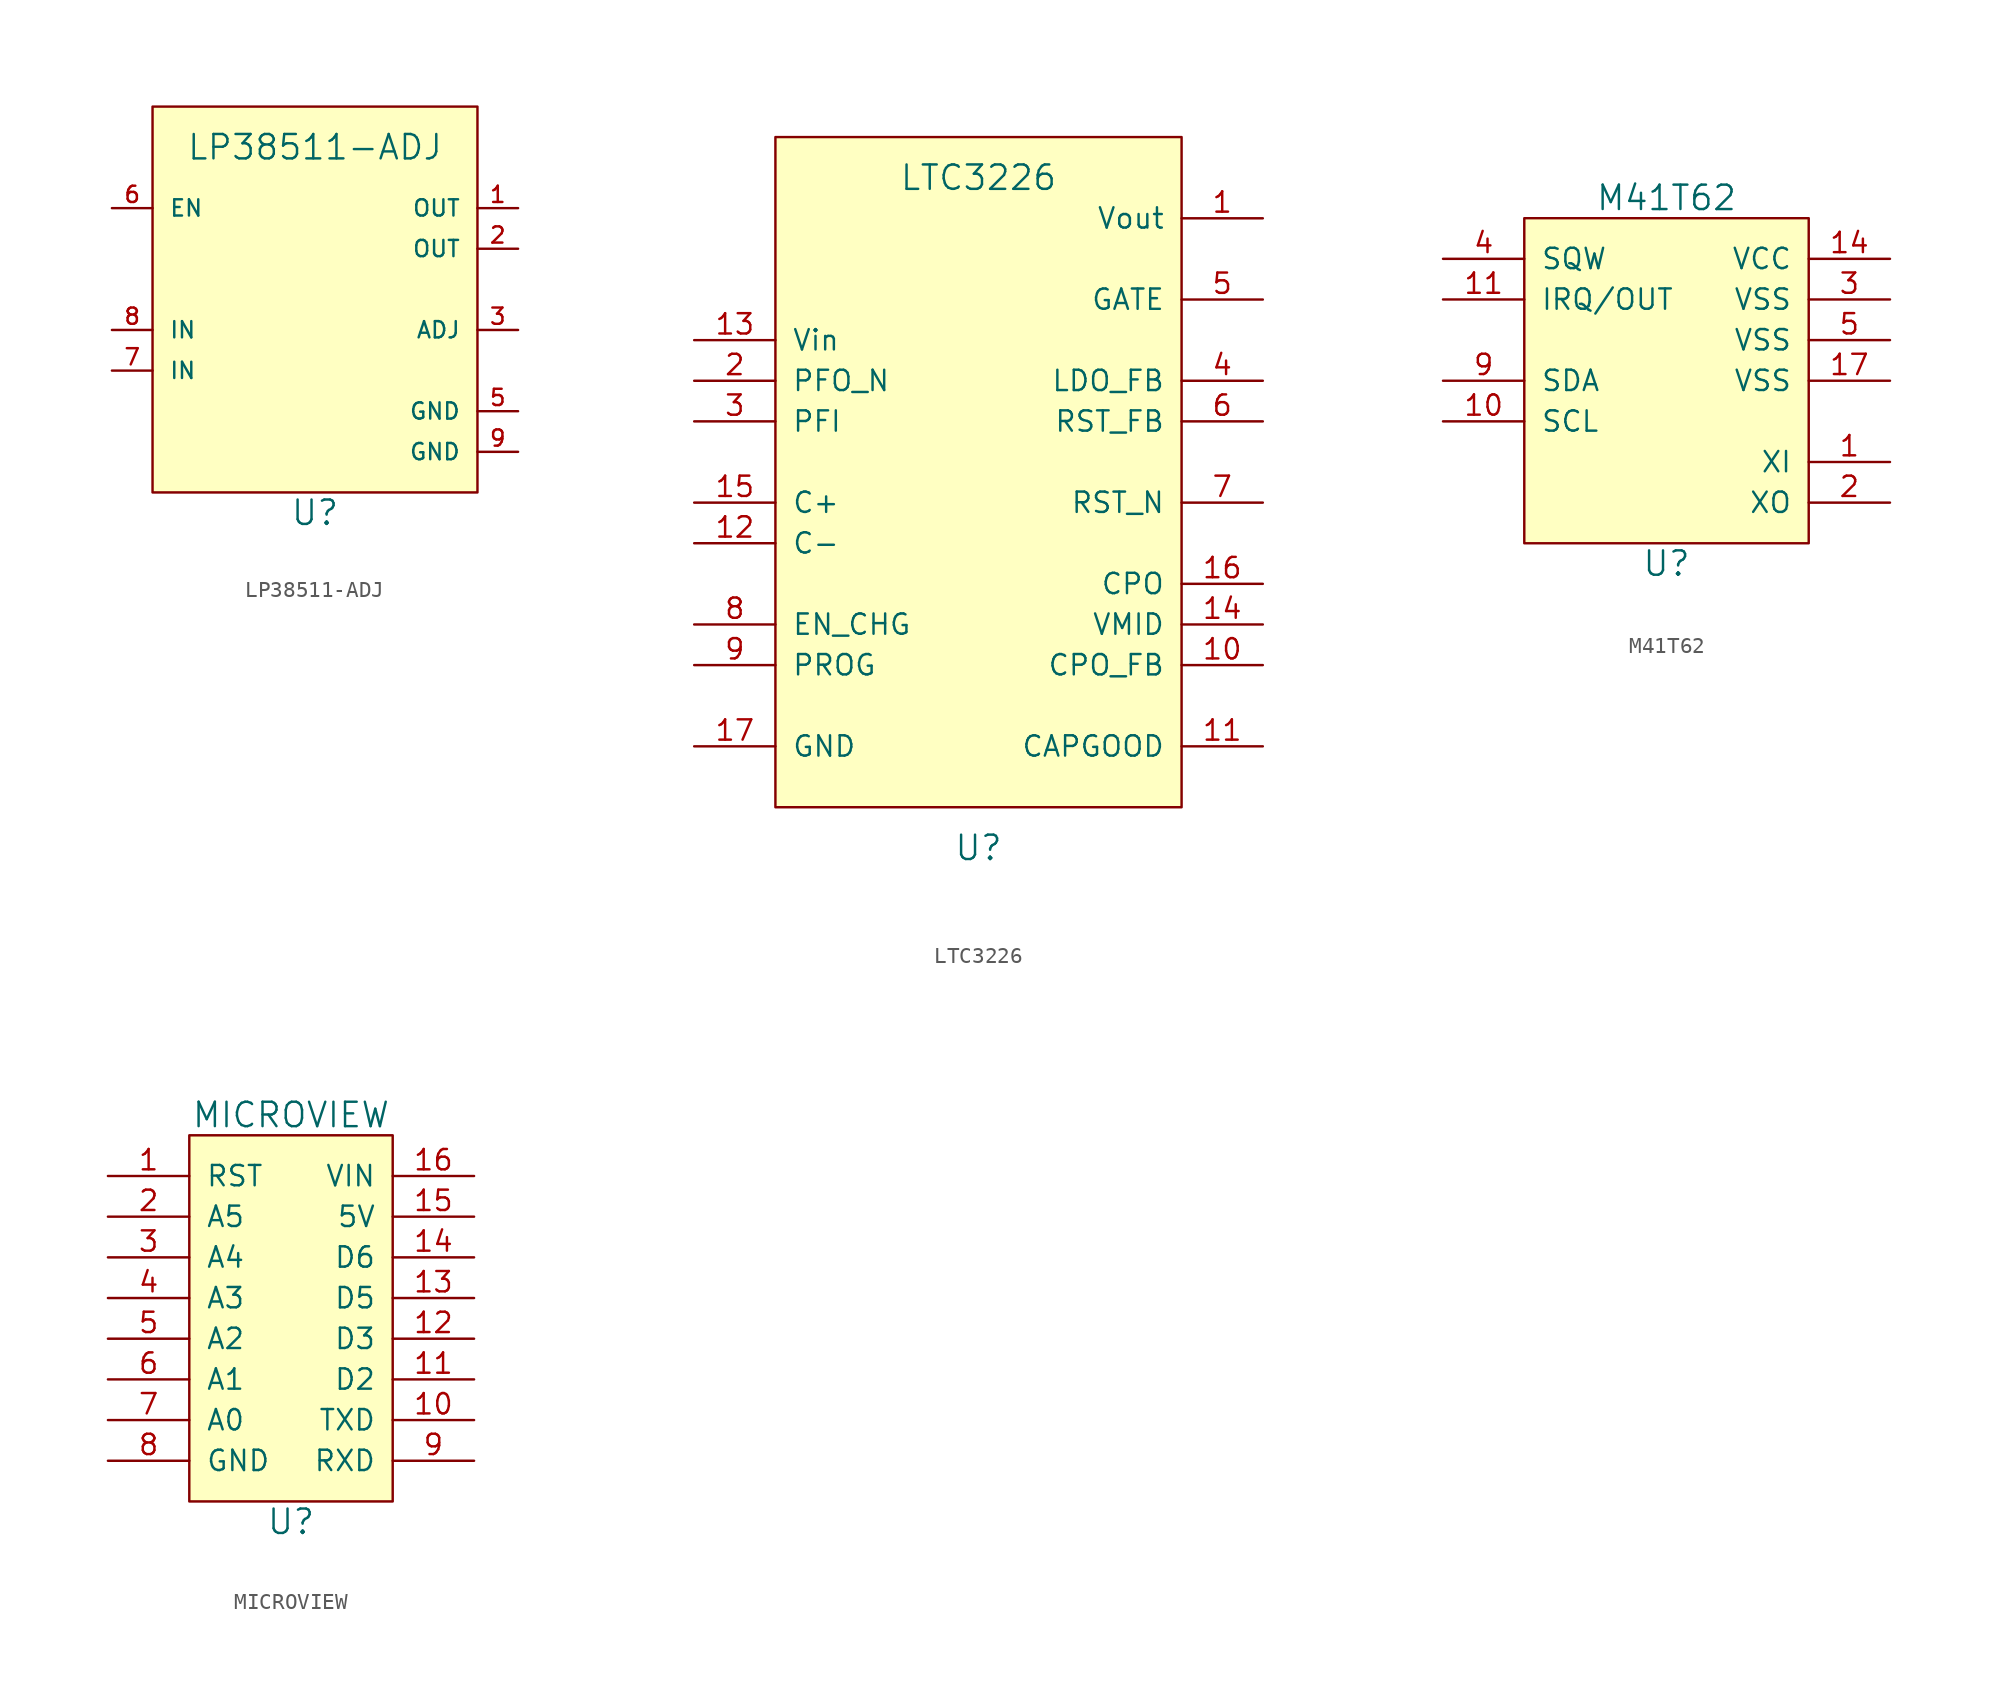
<source format=kicad_sym>
(kicad_symbol_lib
  (version 20211014)
  (generator kicad_symbol_editor)
  (symbol "LP38511-ADJ"
    (pin_names
      (offset 1.016))
    (property "Reference" "U"
      (at 0 -13.97 0)
      (effects (font (size 1.524 1.524))))
    (property "Value" "LP38511-ADJ"
      (at 0 8.89 0)
      (effects (font (size 1.524 1.524))))
    (symbol "LP38511-ADJ_0_1"
      (rectangle (start -10.16 11.43) (end 10.16 -12.7) (stroke (width 0) (type default) (color 0 0 0 0)) (fill (type background))))
    (symbol "LP38511-ADJ_1_1"
      (pin power_out line (at 12.7 5.08 180) (length 2.54) (name "OUT" (effects (font (size 1.016 1.016)))) (number "1" (effects (font (size 1.016 1.016)))))
      (pin passive line (at 12.7 2.54 180) (length 2.54) (name "OUT" (effects (font (size 1.016 1.016)))) (number "2" (effects (font (size 1.016 1.016)))))
      (pin passive line (at 12.7 -2.54 180) (length 2.54) (name "ADJ" (effects (font (size 1.016 1.016)))) (number "3" (effects (font (size 1.016 1.016)))))
      (pin no_connect line (at -12.7 2.54 0) (length 2.54) hide (name "N/C" (effects (font (size 1.016 1.016)))) (number "4" (effects (font (size 1.016 1.016)))))
      (pin passive line (at 12.7 -7.62 180) (length 2.54) (name "GND" (effects (font (size 1.016 1.016)))) (number "5" (effects (font (size 1.016 1.016)))))
      (pin passive line (at -12.7 5.08 0) (length 2.54) (name "EN" (effects (font (size 1.016 1.016)))) (number "6" (effects (font (size 1.016 1.016)))))
      (pin passive line (at -12.7 -5.08 0) (length 2.54) (name "IN" (effects (font (size 1.016 1.016)))) (number "7" (effects (font (size 1.016 1.016)))))
      (pin passive line (at -12.7 -2.54 0) (length 2.54) (name "IN" (effects (font (size 1.016 1.016)))) (number "8" (effects (font (size 1.016 1.016)))))
      (pin passive line (at 12.7 -10.16 180) (length 2.54) (name "GND" (effects (font (size 1.016 1.016)))) (number "9" (effects (font (size 1.016 1.016)))))))
  (symbol "LTC3226"
    (pin_names
      (offset 1.016))
    (property "Reference" "U"
      (at 0 -19.05 0)
      (effects (font (size 1.524 1.524))))
    (property "Value" "LTC3226"
      (at 0 22.86 0)
      (effects (font (size 1.524 1.524))))
    (symbol "LTC3226_0_1"
      (rectangle (start -12.7 25.4) (end 12.7 -16.51) (stroke (width 0) (type default) (color 0 0 0 0)) (fill (type background))))
    (symbol "LTC3226_1_1"
      (pin power_out line (at 17.78 20.32 180) (length 5.08) (name "Vout" (effects (font (size 1.27 1.27)))) (number "1" (effects (font (size 1.27 1.27)))))
      (pin passive line (at 17.78 -7.62 180) (length 5.08) (name "CPO_FB" (effects (font (size 1.27 1.27)))) (number "10" (effects (font (size 1.27 1.27)))))
      (pin passive line (at 17.78 -12.7 180) (length 5.08) (name "CAPGOOD" (effects (font (size 1.27 1.27)))) (number "11" (effects (font (size 1.27 1.27)))))
      (pin passive line (at -17.78 0 0) (length 5.08) (name "C-" (effects (font (size 1.27 1.27)))) (number "12" (effects (font (size 1.27 1.27)))))
      (pin power_in line (at -17.78 12.7 0) (length 5.08) (name "Vin" (effects (font (size 1.27 1.27)))) (number "13" (effects (font (size 1.27 1.27)))))
      (pin passive line (at 17.78 -5.08 180) (length 5.08) (name "VMID" (effects (font (size 1.27 1.27)))) (number "14" (effects (font (size 1.27 1.27)))))
      (pin passive line (at -17.78 2.54 0) (length 5.08) (name "C+" (effects (font (size 1.27 1.27)))) (number "15" (effects (font (size 1.27 1.27)))))
      (pin passive line (at 17.78 -2.54 180) (length 5.08) (name "CPO" (effects (font (size 1.27 1.27)))) (number "16" (effects (font (size 1.27 1.27)))))
      (pin input line (at -17.78 -12.7 0) (length 5.08) (name "GND" (effects (font (size 1.27 1.27)))) (number "17" (effects (font (size 1.27 1.27)))))
      (pin passive line (at -17.78 10.16 0) (length 5.08) (name "PFO_N" (effects (font (size 1.27 1.27)))) (number "2" (effects (font (size 1.27 1.27)))))
      (pin passive line (at -17.78 7.62 0) (length 5.08) (name "PFI" (effects (font (size 1.27 1.27)))) (number "3" (effects (font (size 1.27 1.27)))))
      (pin passive line (at 17.78 10.16 180) (length 5.08) (name "LDO_FB" (effects (font (size 1.27 1.27)))) (number "4" (effects (font (size 1.27 1.27)))))
      (pin passive line (at 17.78 15.24 180) (length 5.08) (name "GATE" (effects (font (size 1.27 1.27)))) (number "5" (effects (font (size 1.27 1.27)))))
      (pin passive line (at 17.78 7.62 180) (length 5.08) (name "RST_FB" (effects (font (size 1.27 1.27)))) (number "6" (effects (font (size 1.27 1.27)))))
      (pin passive line (at 17.78 2.54 180) (length 5.08) (name "RST_N" (effects (font (size 1.27 1.27)))) (number "7" (effects (font (size 1.27 1.27)))))
      (pin input line (at -17.78 -5.08 0) (length 5.08) (name "EN_CHG" (effects (font (size 1.27 1.27)))) (number "8" (effects (font (size 1.27 1.27)))))
      (pin input line (at -17.78 -7.62 0) (length 5.08) (name "PROG" (effects (font (size 1.27 1.27)))) (number "9" (effects (font (size 1.27 1.27)))))))
  (symbol "M41T62"
    (pin_names
      (offset 1.016))
    (property "Reference" "U"
      (at 0 -22.86 0)
      (effects (font (size 1.524 1.524))))
    (property "Value" "M41T62"
      (at 0 0 0)
      (effects (font (size 1.524 1.524))))
    (property "Footprint" ""
      (at 0 5.08 0)
      (effects (font (size 1.524 1.524))))
    (property "Datasheet" ""
      (at 0 5.08 0)
      (effects (font (size 1.524 1.524))))
    (symbol "M41T62_0_1"
      (rectangle (start -8.89 -1.27) (end 8.89 -21.59) (stroke (width 0) (type default) (color 0 0 0 0)) (fill (type background))))
    (symbol "M41T62_1_1"
      (pin input line (at 13.97 -16.51 180) (length 5.08) (name "XI" (effects (font (size 1.27 1.27)))) (number "1" (effects (font (size 1.27 1.27)))))
      (pin input line (at -13.97 -13.97 0) (length 5.08) (name "SCL" (effects (font (size 1.27 1.27)))) (number "10" (effects (font (size 1.27 1.27)))))
      (pin input line (at -13.97 -6.35 0) (length 5.08) (name "IRQ/OUT" (effects (font (size 1.27 1.27)))) (number "11" (effects (font (size 1.27 1.27)))))
      (pin input line (at 13.97 -3.81 180) (length 5.08) (name "VCC" (effects (font (size 1.27 1.27)))) (number "14" (effects (font (size 1.27 1.27)))))
      (pin input line (at 13.97 -11.43 180) (length 5.08) (name "VSS" (effects (font (size 1.27 1.27)))) (number "17" (effects (font (size 1.27 1.27)))))
      (pin input line (at 13.97 -19.05 180) (length 5.08) (name "XO" (effects (font (size 1.27 1.27)))) (number "2" (effects (font (size 1.27 1.27)))))
      (pin input line (at 13.97 -6.35 180) (length 5.08) (name "VSS" (effects (font (size 1.27 1.27)))) (number "3" (effects (font (size 1.27 1.27)))))
      (pin input line (at -13.97 -3.81 0) (length 5.08) (name "SQW" (effects (font (size 1.27 1.27)))) (number "4" (effects (font (size 1.27 1.27)))))
      (pin input line (at 13.97 -8.89 180) (length 5.08) (name "VSS" (effects (font (size 1.27 1.27)))) (number "5" (effects (font (size 1.27 1.27)))))
      (pin input line (at -13.97 -11.43 0) (length 5.08) (name "SDA" (effects (font (size 1.27 1.27)))) (number "9" (effects (font (size 1.27 1.27)))))))
  (symbol "MICROVIEW"
    (pin_names
      (offset 1.016))
    (property "Reference" "U"
      (at 0 -12.7 0)
      (effects (font (size 1.524 1.524))))
    (property "Value" "MICROVIEW"
      (at 0 12.7 0)
      (effects (font (size 1.524 1.524))))
    (property "Footprint" ""
      (at -6.35 13.97 0)
      (effects (font (size 1.524 1.524))))
    (property "Datasheet" ""
      (at -6.35 13.97 0)
      (effects (font (size 1.524 1.524))))
    (symbol "MICROVIEW_0_1"
      (rectangle (start -6.35 11.43) (end 6.35 -11.43) (stroke (width 0) (type default) (color 0 0 0 0)) (fill (type background))))
    (symbol "MICROVIEW_1_1"
      (pin input line (at -11.43 8.89 0) (length 5.08) (name "RST" (effects (font (size 1.27 1.27)))) (number "1" (effects (font (size 1.27 1.27)))))
      (pin input line (at 11.43 -6.35 180) (length 5.08) (name "TXD" (effects (font (size 1.27 1.27)))) (number "10" (effects (font (size 1.27 1.27)))))
      (pin input line (at 11.43 -3.81 180) (length 5.08) (name "D2" (effects (font (size 1.27 1.27)))) (number "11" (effects (font (size 1.27 1.27)))))
      (pin input line (at 11.43 -1.27 180) (length 5.08) (name "D3" (effects (font (size 1.27 1.27)))) (number "12" (effects (font (size 1.27 1.27)))))
      (pin input line (at 11.43 1.27 180) (length 5.08) (name "D5" (effects (font (size 1.27 1.27)))) (number "13" (effects (font (size 1.27 1.27)))))
      (pin input line (at 11.43 3.81 180) (length 5.08) (name "D6" (effects (font (size 1.27 1.27)))) (number "14" (effects (font (size 1.27 1.27)))))
      (pin input line (at 11.43 6.35 180) (length 5.08) (name "5V" (effects (font (size 1.27 1.27)))) (number "15" (effects (font (size 1.27 1.27)))))
      (pin input line (at 11.43 8.89 180) (length 5.08) (name "VIN" (effects (font (size 1.27 1.27)))) (number "16" (effects (font (size 1.27 1.27)))))
      (pin input line (at -11.43 6.35 0) (length 5.08) (name "A5" (effects (font (size 1.27 1.27)))) (number "2" (effects (font (size 1.27 1.27)))))
      (pin input line (at -11.43 3.81 0) (length 5.08) (name "A4" (effects (font (size 1.27 1.27)))) (number "3" (effects (font (size 1.27 1.27)))))
      (pin input line (at -11.43 1.27 0) (length 5.08) (name "A3" (effects (font (size 1.27 1.27)))) (number "4" (effects (font (size 1.27 1.27)))))
      (pin input line (at -11.43 -1.27 0) (length 5.08) (name "A2" (effects (font (size 1.27 1.27)))) (number "5" (effects (font (size 1.27 1.27)))))
      (pin input line (at -11.43 -3.81 0) (length 5.08) (name "A1" (effects (font (size 1.27 1.27)))) (number "6" (effects (font (size 1.27 1.27)))))
      (pin input line (at -11.43 -6.35 0) (length 5.08) (name "A0" (effects (font (size 1.27 1.27)))) (number "7" (effects (font (size 1.27 1.27)))))
      (pin input line (at -11.43 -8.89 0) (length 5.08) (name "GND" (effects (font (size 1.27 1.27)))) (number "8" (effects (font (size 1.27 1.27)))))
      (pin input line (at 11.43 -8.89 180) (length 5.08) (name "RXD" (effects (font (size 1.27 1.27)))) (number "9" (effects (font (size 1.27 1.27))))))))
</source>
